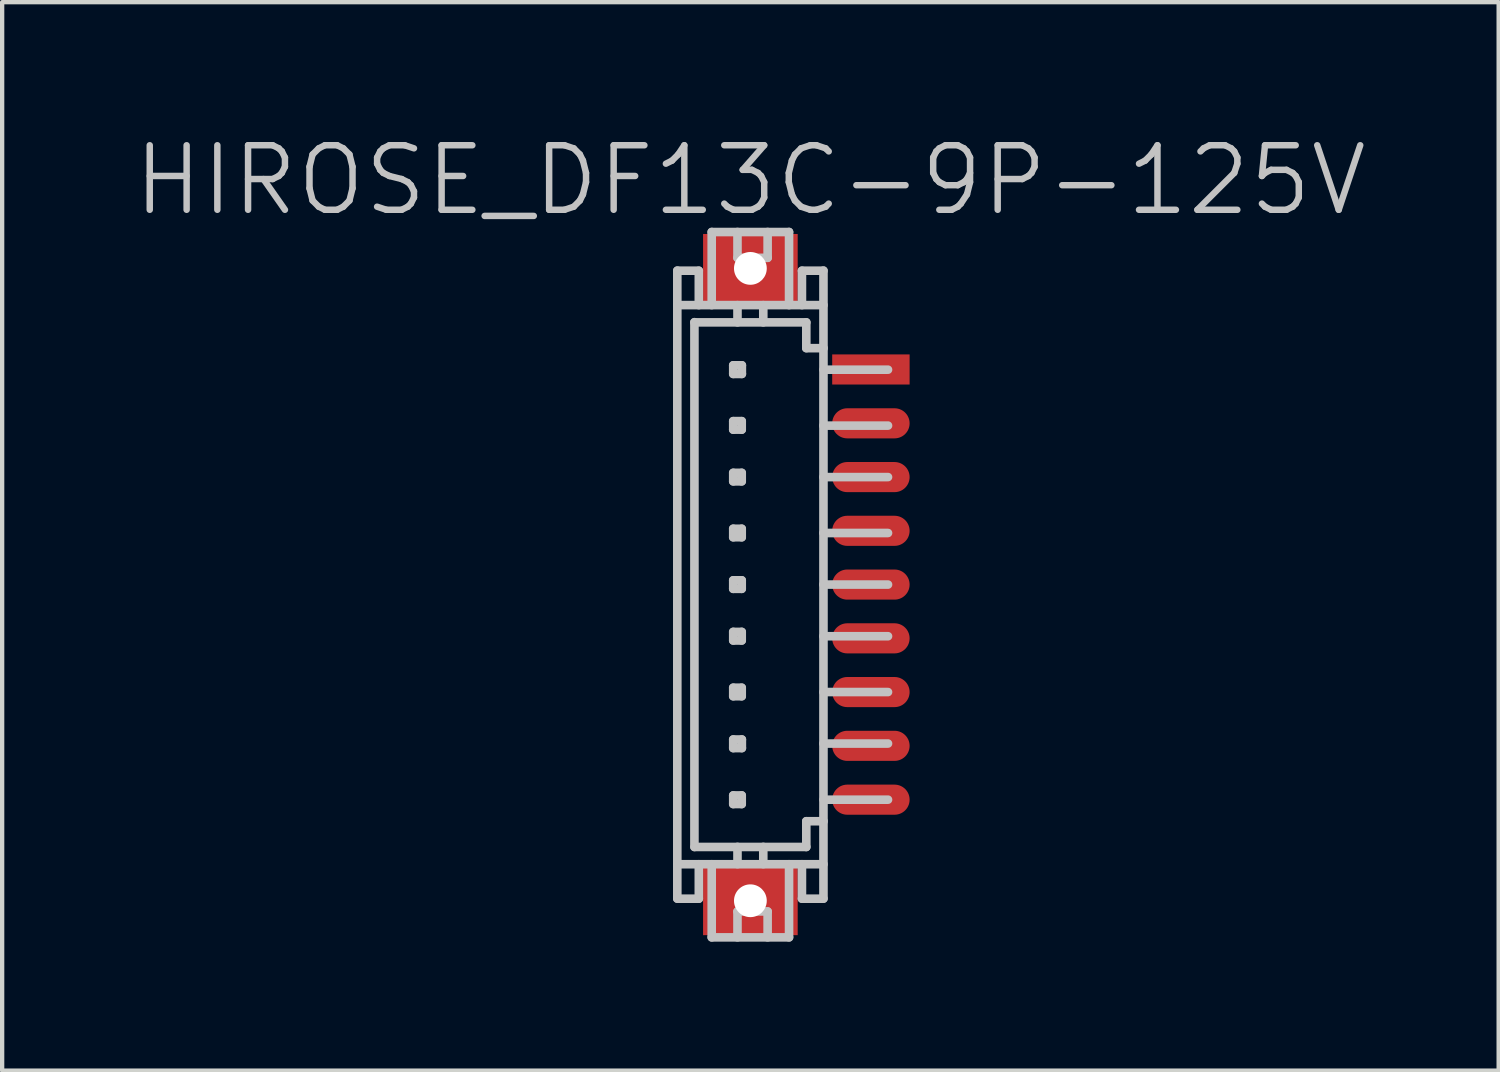
<source format=kicad_pcb>
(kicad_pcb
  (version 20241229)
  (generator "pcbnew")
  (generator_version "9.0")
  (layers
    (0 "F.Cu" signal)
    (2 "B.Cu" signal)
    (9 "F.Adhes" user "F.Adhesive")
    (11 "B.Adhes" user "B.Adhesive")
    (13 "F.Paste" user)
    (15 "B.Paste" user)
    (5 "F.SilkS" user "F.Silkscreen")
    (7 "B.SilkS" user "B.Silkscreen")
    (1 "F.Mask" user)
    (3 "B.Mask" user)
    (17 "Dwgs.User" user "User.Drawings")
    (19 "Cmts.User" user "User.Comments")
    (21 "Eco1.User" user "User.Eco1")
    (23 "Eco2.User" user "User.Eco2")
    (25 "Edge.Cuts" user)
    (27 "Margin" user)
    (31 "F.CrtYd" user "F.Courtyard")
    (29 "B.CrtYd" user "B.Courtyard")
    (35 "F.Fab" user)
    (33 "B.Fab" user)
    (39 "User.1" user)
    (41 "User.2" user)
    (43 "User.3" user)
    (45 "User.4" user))
  (footprint "HIROSE_DF13C-9P-125V"
    (layer "F.Cu")
    (at 14.396 10.541)
    (property "Reference" "HIROSE_DF13C-9P-125V" (at 0 -9.4 180) (layer "Dwgs.User") (effects (font (size 1.5 1.5) (thickness 0.15))))
    (attr smd)
    (fp_line (start -1.699 -7.297) (end -1.199 -7.297) (stroke (width 0.2) (type solid)) (layer "Dwgs.User"))
    (fp_line (start -1.699 7.3) (end -1.699 -7.3) (stroke (width 0.2) (type solid)) (layer "Dwgs.User"))
    (fp_line (start -1.699 7.303) (end -1.199 7.303) (stroke (width 0.2) (type solid)) (layer "Dwgs.User"))
    (fp_line (start -1.301 -6.101) (end -1.301 6.101) (stroke (width 0.2) (type solid)) (layer "Dwgs.User"))
    (fp_line (start -1.301 -6.096) (end 1.3 -6.096) (stroke (width 0.2) (type solid)) (layer "Dwgs.User"))
    (fp_line (start -1.298 6.101) (end 1.3 6.101) (stroke (width 0.2) (type solid)) (layer "Dwgs.User"))
    (fp_line (start -1.199 -6.497) (end -1.199 -7.297) (stroke (width 0.2) (type solid)) (layer "Dwgs.User"))
    (fp_line (start -1.199 7.303) (end -1.199 6.502) (stroke (width 0.2) (type solid)) (layer "Dwgs.User"))
    (fp_line (start -0.899 -8.197) (end -0.899 -6.497) (stroke (width 0.2) (type solid)) (layer "Dwgs.User"))
    (fp_line (start -0.899 -8.197) (end 0.899 -8.197) (stroke (width 0.2) (type solid)) (layer "Dwgs.User"))
    (fp_line (start -0.899 8.202) (end -0.899 6.502) (stroke (width 0.2) (type solid)) (layer "Dwgs.User"))
    (fp_line (start -0.399 -5.098) (end -0.399 -4.897) (stroke (width 0.2) (type solid)) (layer "Dwgs.User"))
    (fp_line (start -0.399 -4.897) (end -0.198 -4.897) (stroke (width 0.2) (type solid)) (layer "Dwgs.User"))
    (fp_line (start -0.399 -3.8) (end -0.201 -3.8) (stroke (width 0.2) (type solid)) (layer "Dwgs.User"))
    (fp_line (start -0.399 -3.602) (end -0.399 -3.8) (stroke (width 0.2) (type solid)) (layer "Dwgs.User"))
    (fp_line (start -0.399 -2.598) (end -0.201 -2.598) (stroke (width 0.2) (type solid)) (layer "Dwgs.User"))
    (fp_line (start -0.399 -2.4) (end -0.399 -2.598) (stroke (width 0.2) (type solid)) (layer "Dwgs.User"))
    (fp_line (start -0.399 -1.298) (end -0.201 -1.298) (stroke (width 0.2) (type solid)) (layer "Dwgs.User"))
    (fp_line (start -0.399 -1.1) (end -0.399 -1.298) (stroke (width 0.2) (type solid)) (layer "Dwgs.User"))
    (fp_line (start -0.399 -0.099) (end -0.201 -0.099) (stroke (width 0.2) (type solid)) (layer "Dwgs.User"))
    (fp_line (start -0.399 0.099) (end -0.399 -0.099) (stroke (width 0.2) (type solid)) (layer "Dwgs.User"))
    (fp_line (start -0.399 1.1) (end -0.201 1.1) (stroke (width 0.2) (type solid)) (layer "Dwgs.User"))
    (fp_line (start -0.399 1.3) (end -0.399 1.1) (stroke (width 0.2) (type solid)) (layer "Dwgs.User"))
    (fp_line (start -0.399 2.398) (end -0.201 2.398) (stroke (width 0.2) (type solid)) (layer "Dwgs.User"))
    (fp_line (start -0.399 2.596) (end -0.399 2.398) (stroke (width 0.2) (type solid)) (layer "Dwgs.User"))
    (fp_line (start -0.399 3.602) (end -0.198 3.602) (stroke (width 0.2) (type solid)) (layer "Dwgs.User"))
    (fp_line (start -0.399 3.802) (end -0.399 3.602) (stroke (width 0.2) (type solid)) (layer "Dwgs.User"))
    (fp_line (start -0.399 4.902) (end -0.201 4.902) (stroke (width 0.2) (type solid)) (layer "Dwgs.User"))
    (fp_line (start -0.399 5.103) (end -0.399 4.902) (stroke (width 0.2) (type solid)) (layer "Dwgs.User"))
    (fp_line (start -0.3 -7.597) (end -0.3 -8.197) (stroke (width 0.2) (type solid)) (layer "Dwgs.User"))
    (fp_line (start -0.3 -6.497) (end -0.3 -6.096) (stroke (width 0.2) (type solid)) (layer "Dwgs.User"))
    (fp_line (start -0.3 6.099) (end -0.3 6.5) (stroke (width 0.2) (type solid)) (layer "Dwgs.User"))
    (fp_line (start -0.3 7.602) (end -0.3 8.202) (stroke (width 0.2) (type solid)) (layer "Dwgs.User"))
    (fp_line (start -0.201 -3.8) (end -0.201 -3.602) (stroke (width 0.2) (type solid)) (layer "Dwgs.User"))
    (fp_line (start -0.201 -3.602) (end -0.399 -3.602) (stroke (width 0.2) (type solid)) (layer "Dwgs.User"))
    (fp_line (start -0.201 -2.598) (end -0.201 -2.4) (stroke (width 0.2) (type solid)) (layer "Dwgs.User"))
    (fp_line (start -0.201 -2.4) (end -0.399 -2.4) (stroke (width 0.2) (type solid)) (layer "Dwgs.User"))
    (fp_line (start -0.201 -1.298) (end -0.201 -1.1) (stroke (width 0.2) (type solid)) (layer "Dwgs.User"))
    (fp_line (start -0.201 -1.1) (end -0.399 -1.1) (stroke (width 0.2) (type solid)) (layer "Dwgs.User"))
    (fp_line (start -0.201 -0.099) (end -0.201 0.099) (stroke (width 0.2) (type solid)) (layer "Dwgs.User"))
    (fp_line (start -0.201 0.099) (end -0.399 0.099) (stroke (width 0.2) (type solid)) (layer "Dwgs.User"))
    (fp_line (start -0.201 1.1) (end -0.201 1.3) (stroke (width 0.2) (type solid)) (layer "Dwgs.User"))
    (fp_line (start -0.201 1.3) (end -0.399 1.3) (stroke (width 0.2) (type solid)) (layer "Dwgs.User"))
    (fp_line (start -0.201 2.398) (end -0.201 2.596) (stroke (width 0.2) (type solid)) (layer "Dwgs.User"))
    (fp_line (start -0.201 2.596) (end -0.399 2.596) (stroke (width 0.2) (type solid)) (layer "Dwgs.User"))
    (fp_line (start -0.201 4.902) (end -0.201 5.103) (stroke (width 0.2) (type solid)) (layer "Dwgs.User"))
    (fp_line (start -0.201 5.103) (end -0.399 5.103) (stroke (width 0.2) (type solid)) (layer "Dwgs.User"))
    (fp_line (start -0.198 -5.098) (end -0.399 -5.098) (stroke (width 0.2) (type solid)) (layer "Dwgs.User"))
    (fp_line (start -0.198 -4.897) (end -0.198 -5.098) (stroke (width 0.2) (type solid)) (layer "Dwgs.User"))
    (fp_line (start -0.198 3.602) (end -0.198 3.802) (stroke (width 0.2) (type solid)) (layer "Dwgs.User"))
    (fp_line (start -0.198 3.802) (end -0.399 3.802) (stroke (width 0.2) (type solid)) (layer "Dwgs.User"))
    (fp_line (start 0.3 -6.497) (end 0.3 -6.096) (stroke (width 0.2) (type solid)) (layer "Dwgs.User"))
    (fp_line (start 0.3 6.5) (end 0.3 6.099) (stroke (width 0.2) (type solid)) (layer "Dwgs.User"))
    (fp_line (start 0.401 -8.197) (end 0.401 -7.597) (stroke (width 0.2) (type solid)) (layer "Dwgs.User"))
    (fp_line (start 0.401 -7.597) (end -0.3 -7.597) (stroke (width 0.2) (type solid)) (layer "Dwgs.User"))
    (fp_line (start 0.401 7.6) (end -0.3 7.6) (stroke (width 0.2) (type solid)) (layer "Dwgs.User"))
    (fp_line (start 0.401 7.602) (end 0.401 8.202) (stroke (width 0.2) (type solid)) (layer "Dwgs.User"))
    (fp_line (start 0.899 -8.197) (end 0.899 -6.497) (stroke (width 0.2) (type solid)) (layer "Dwgs.User"))
    (fp_line (start 0.899 8.202) (end -0.899 8.202) (stroke (width 0.2) (type solid)) (layer "Dwgs.User"))
    (fp_line (start 0.899 8.202) (end 0.899 6.502) (stroke (width 0.2) (type solid)) (layer "Dwgs.User"))
    (fp_line (start 1.199 -7.297) (end 1.699 -7.297) (stroke (width 0.2) (type solid)) (layer "Dwgs.User"))
    (fp_line (start 1.199 -6.497) (end 1.199 -7.297) (stroke (width 0.2) (type solid)) (layer "Dwgs.User"))
    (fp_line (start 1.199 7.303) (end 1.199 6.502) (stroke (width 0.2) (type solid)) (layer "Dwgs.User"))
    (fp_line (start 1.199 7.303) (end 1.699 7.303) (stroke (width 0.2) (type solid)) (layer "Dwgs.User"))
    (fp_line (start 1.3 -6.096) (end 1.3 -5.497) (stroke (width 0.2) (type solid)) (layer "Dwgs.User"))
    (fp_line (start 1.3 5.502) (end 1.702 5.502) (stroke (width 0.2) (type solid)) (layer "Dwgs.User"))
    (fp_line (start 1.3 6.101) (end 1.3 5.502) (stroke (width 0.2) (type solid)) (layer "Dwgs.User"))
    (fp_line (start 1.699 -7.3) (end 1.699 7.3) (stroke (width 0.2) (type solid)) (layer "Dwgs.User"))
    (fp_line (start 1.699 -6.497) (end -1.699 -6.497) (stroke (width 0.2) (type solid)) (layer "Dwgs.User"))
    (fp_line (start 1.699 -3.696) (end 3.2 -3.696) (stroke (width 0.2) (type solid)) (layer "Dwgs.User"))
    (fp_line (start 1.699 -1.199) (end 3.2 -1.199) (stroke (width 0.2) (type solid)) (layer "Dwgs.User"))
    (fp_line (start 1.699 0) (end 3.2 0) (stroke (width 0.2) (type solid)) (layer "Dwgs.User"))
    (fp_line (start 1.699 2.499) (end 3.2 2.499) (stroke (width 0.2) (type solid)) (layer "Dwgs.User"))
    (fp_line (start 1.699 3.696) (end 3.2 3.696) (stroke (width 0.2) (type solid)) (layer "Dwgs.User"))
    (fp_line (start 1.699 6.502) (end -1.699 6.502) (stroke (width 0.2) (type solid)) (layer "Dwgs.User"))
    (fp_line (start 1.702 -5.497) (end 1.3 -5.497) (stroke (width 0.2) (type solid)) (layer "Dwgs.User"))
    (fp_line (start 1.702 -4.996) (end 3.2 -4.996) (stroke (width 0.2) (type solid)) (layer "Dwgs.User"))
    (fp_line (start 1.702 5.001) (end 3.2 5.001) (stroke (width 0.2) (type solid)) (layer "Dwgs.User"))
    (fp_line (start 3.2 -2.499) (end 1.699 -2.499) (stroke (width 0.2) (type solid)) (layer "Dwgs.User"))
    (fp_line (start 3.2 1.201) (end 1.699 1.201) (stroke (width 0.2) (type solid)) (layer "Dwgs.User"))
    (pad "" np_thru_hole rect (at -0.0001 -7.351 270) (size 1.6 2.2) (drill 0.762) (layers "F.Cu" "F.Mask" "F.Paste"))
    (pad "" np_thru_hole rect (at -0.0001 7.351 270) (size 1.6 2.2) (drill 0.762) (layers "F.Cu" "F.Mask" "F.Paste"))
    (pad "1" smd rect (at 2.802 -5.001 270) (size 0.7 1.8) (layers "F.Cu" "F.Mask" "F.Paste"))
    (pad "2" smd oval (at 2.802 -3.749 270) (size 0.7 1.8) (layers "F.Cu" "F.Mask" "F.Paste"))
    (pad "3" smd oval (at 2.802 -2.499 270) (size 0.7 1.8) (layers "F.Cu" "F.Mask" "F.Paste"))
    (pad "4" smd oval (at 2.802 -1.25 270) (size 0.7 1.8) (layers "F.Cu" "F.Mask" "F.Paste"))
    (pad "5" smd oval (at 2.802 0 270) (size 0.7 1.8) (layers "F.Cu" "F.Mask" "F.Paste"))
    (pad "6" smd oval (at 2.802 1.25 270) (size 0.7 1.8) (layers "F.Cu" "F.Mask" "F.Paste"))
    (pad "7" smd oval (at 2.802 2.499 270) (size 0.7 1.8) (layers "F.Cu" "F.Mask" "F.Paste"))
    (pad "8" smd oval (at 2.802 3.749 270) (size 0.7 1.8) (layers "F.Cu" "F.Mask" "F.Paste"))
    (pad "9" smd oval (at 2.802 5.001 270) (size 0.7 1.8) (layers "F.Cu" "F.Mask" "F.Paste")))
  (gr_rect
    (start -3 -3)
    (end 31.793 21.842)
    (stroke (width 0.1) (type default))
    (fill no)
    (layer "Edge.Cuts")))
</source>
